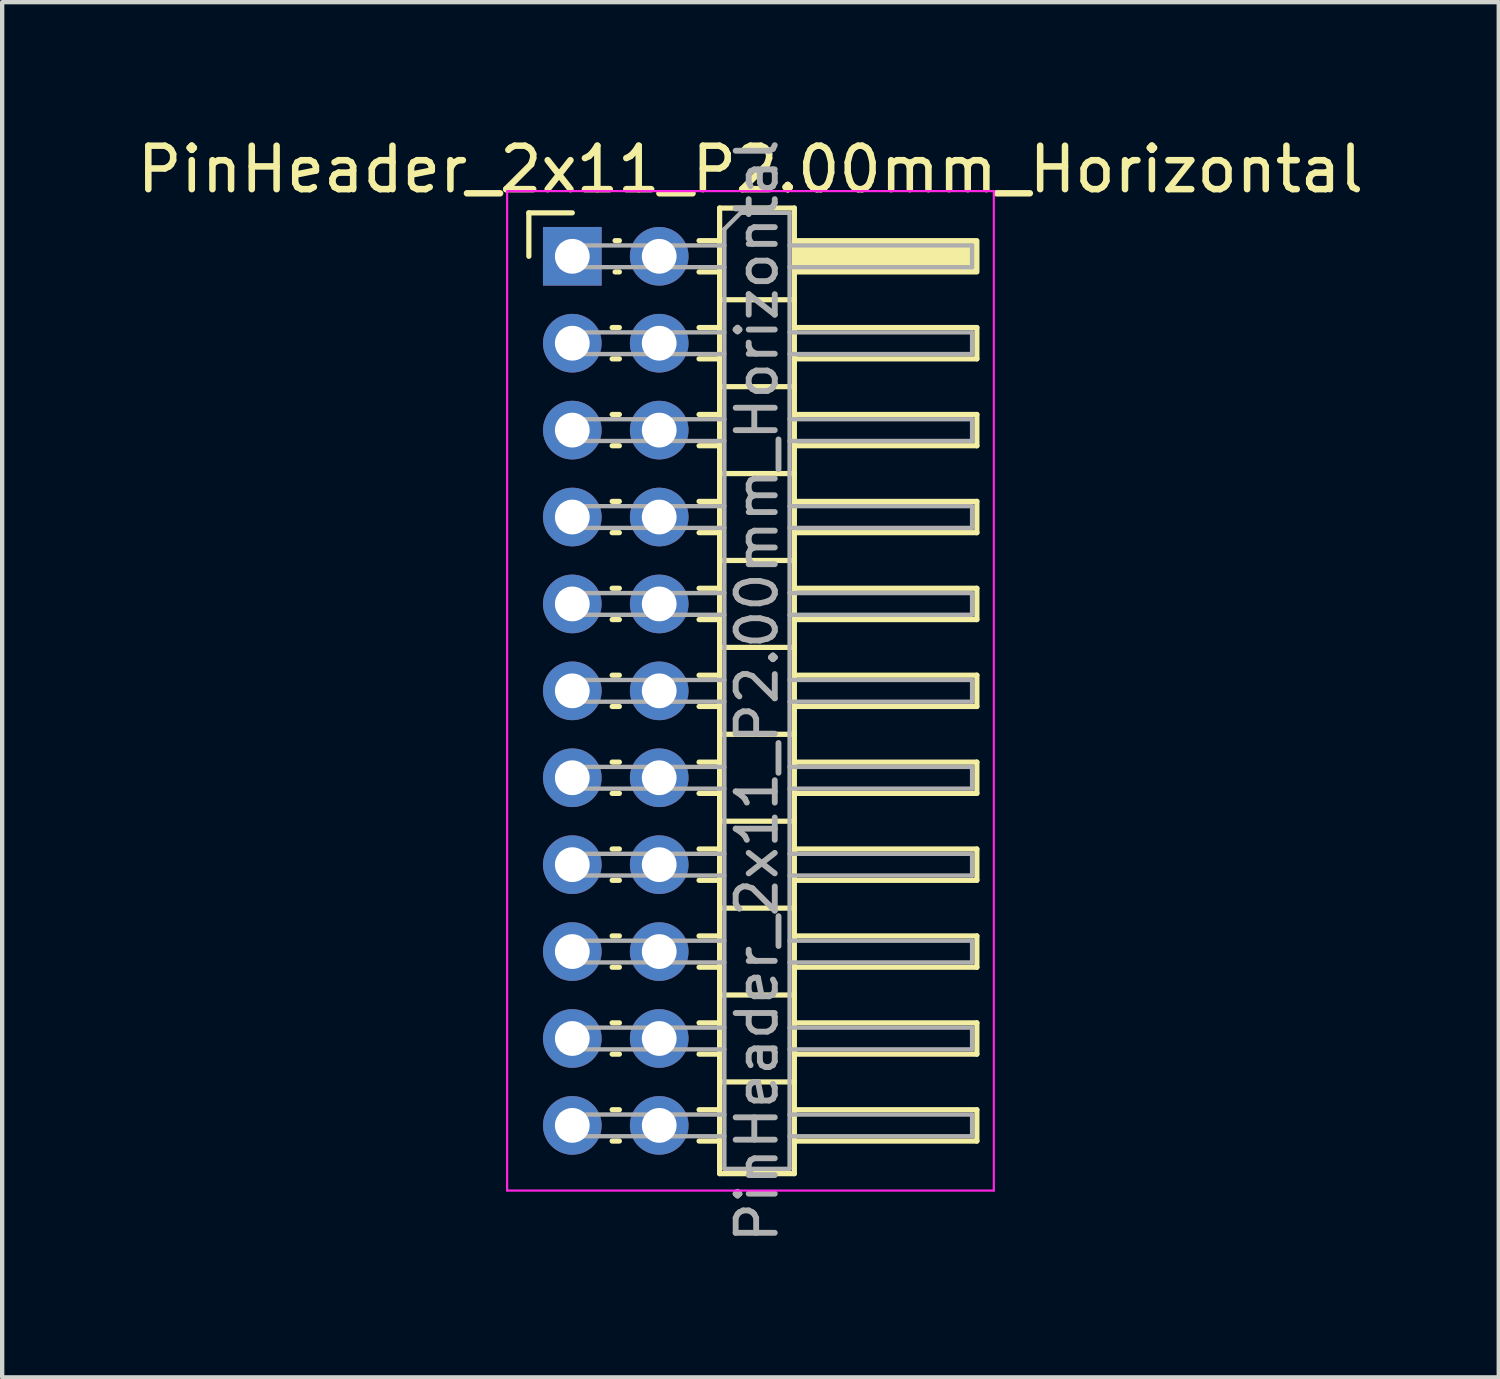
<source format=kicad_pcb>
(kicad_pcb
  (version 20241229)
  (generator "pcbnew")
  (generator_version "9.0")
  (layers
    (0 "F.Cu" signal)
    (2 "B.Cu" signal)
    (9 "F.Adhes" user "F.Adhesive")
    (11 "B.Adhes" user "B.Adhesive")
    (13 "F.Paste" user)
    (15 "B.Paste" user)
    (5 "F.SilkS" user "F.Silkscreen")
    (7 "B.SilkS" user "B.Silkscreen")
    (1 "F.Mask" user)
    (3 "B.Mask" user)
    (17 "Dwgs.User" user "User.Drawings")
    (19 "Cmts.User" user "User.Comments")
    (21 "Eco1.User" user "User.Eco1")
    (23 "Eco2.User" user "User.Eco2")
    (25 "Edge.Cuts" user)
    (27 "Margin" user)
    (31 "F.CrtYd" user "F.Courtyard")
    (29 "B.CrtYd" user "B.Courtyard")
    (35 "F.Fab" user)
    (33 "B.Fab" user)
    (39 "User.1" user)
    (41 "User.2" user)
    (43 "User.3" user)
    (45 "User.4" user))
  (footprint "PinHeader_2x11_P2.00mm_Horizontal"
    (layer "F.Cu")
    (at 10.12 2.848)
    (property "Reference" "PinHeader_2x11_P2.00mm_Horizontal" (at 4.1 -2 0) (layer "F.SilkS") (effects (font (size 1 1) (thickness 0.15))))
    (attr through_hole)
    (fp_line (start -1 -1) (end 0 -1) (stroke (width 0.12) (type solid)) (layer "F.SilkS"))
    (fp_line (start -1 0) (end -1 -1) (stroke (width 0.12) (type solid)) (layer "F.SilkS"))
    (fp_line (start 0.917 1.64) (end 1.083 1.64) (stroke (width 0.12) (type solid)) (layer "F.SilkS"))
    (fp_line (start 0.917 2.36) (end 1.083 2.36) (stroke (width 0.12) (type solid)) (layer "F.SilkS"))
    (fp_line (start 0.917 3.64) (end 1.083 3.64) (stroke (width 0.12) (type solid)) (layer "F.SilkS"))
    (fp_line (start 0.917 4.36) (end 1.083 4.36) (stroke (width 0.12) (type solid)) (layer "F.SilkS"))
    (fp_line (start 0.917 5.64) (end 1.083 5.64) (stroke (width 0.12) (type solid)) (layer "F.SilkS"))
    (fp_line (start 0.917 6.36) (end 1.083 6.36) (stroke (width 0.12) (type solid)) (layer "F.SilkS"))
    (fp_line (start 0.917 7.64) (end 1.083 7.64) (stroke (width 0.12) (type solid)) (layer "F.SilkS"))
    (fp_line (start 0.917 8.36) (end 1.083 8.36) (stroke (width 0.12) (type solid)) (layer "F.SilkS"))
    (fp_line (start 0.917 9.64) (end 1.083 9.64) (stroke (width 0.12) (type solid)) (layer "F.SilkS"))
    (fp_line (start 0.917 10.36) (end 1.083 10.36) (stroke (width 0.12) (type solid)) (layer "F.SilkS"))
    (fp_line (start 0.917 11.64) (end 1.083 11.64) (stroke (width 0.12) (type solid)) (layer "F.SilkS"))
    (fp_line (start 0.917 12.36) (end 1.083 12.36) (stroke (width 0.12) (type solid)) (layer "F.SilkS"))
    (fp_line (start 0.917 13.64) (end 1.083 13.64) (stroke (width 0.12) (type solid)) (layer "F.SilkS"))
    (fp_line (start 0.917 14.36) (end 1.083 14.36) (stroke (width 0.12) (type solid)) (layer "F.SilkS"))
    (fp_line (start 0.917 15.64) (end 1.083 15.64) (stroke (width 0.12) (type solid)) (layer "F.SilkS"))
    (fp_line (start 0.917 16.36) (end 1.083 16.36) (stroke (width 0.12) (type solid)) (layer "F.SilkS"))
    (fp_line (start 0.917 17.64) (end 1.083 17.64) (stroke (width 0.12) (type solid)) (layer "F.SilkS"))
    (fp_line (start 0.917 18.36) (end 1.083 18.36) (stroke (width 0.12) (type solid)) (layer "F.SilkS"))
    (fp_line (start 0.917 19.64) (end 1.083 19.64) (stroke (width 0.12) (type solid)) (layer "F.SilkS"))
    (fp_line (start 0.917 20.36) (end 1.083 20.36) (stroke (width 0.12) (type solid)) (layer "F.SilkS"))
    (fp_line (start 0.985 -0.36) (end 1.083 -0.36) (stroke (width 0.12) (type solid)) (layer "F.SilkS"))
    (fp_line (start 0.985 0.36) (end 1.083 0.36) (stroke (width 0.12) (type solid)) (layer "F.SilkS"))
    (fp_line (start 2.917 -0.36) (end 3.39 -0.36) (stroke (width 0.12) (type solid)) (layer "F.SilkS"))
    (fp_line (start 2.917 0.36) (end 3.39 0.36) (stroke (width 0.12) (type solid)) (layer "F.SilkS"))
    (fp_line (start 2.917 1.64) (end 3.39 1.64) (stroke (width 0.12) (type solid)) (layer "F.SilkS"))
    (fp_line (start 2.917 2.36) (end 3.39 2.36) (stroke (width 0.12) (type solid)) (layer "F.SilkS"))
    (fp_line (start 2.917 3.64) (end 3.39 3.64) (stroke (width 0.12) (type solid)) (layer "F.SilkS"))
    (fp_line (start 2.917 4.36) (end 3.39 4.36) (stroke (width 0.12) (type solid)) (layer "F.SilkS"))
    (fp_line (start 2.917 5.64) (end 3.39 5.64) (stroke (width 0.12) (type solid)) (layer "F.SilkS"))
    (fp_line (start 2.917 6.36) (end 3.39 6.36) (stroke (width 0.12) (type solid)) (layer "F.SilkS"))
    (fp_line (start 2.917 7.64) (end 3.39 7.64) (stroke (width 0.12) (type solid)) (layer "F.SilkS"))
    (fp_line (start 2.917 8.36) (end 3.39 8.36) (stroke (width 0.12) (type solid)) (layer "F.SilkS"))
    (fp_line (start 2.917 9.64) (end 3.39 9.64) (stroke (width 0.12) (type solid)) (layer "F.SilkS"))
    (fp_line (start 2.917 10.36) (end 3.39 10.36) (stroke (width 0.12) (type solid)) (layer "F.SilkS"))
    (fp_line (start 2.917 11.64) (end 3.39 11.64) (stroke (width 0.12) (type solid)) (layer "F.SilkS"))
    (fp_line (start 2.917 12.36) (end 3.39 12.36) (stroke (width 0.12) (type solid)) (layer "F.SilkS"))
    (fp_line (start 2.917 13.64) (end 3.39 13.64) (stroke (width 0.12) (type solid)) (layer "F.SilkS"))
    (fp_line (start 2.917 14.36) (end 3.39 14.36) (stroke (width 0.12) (type solid)) (layer "F.SilkS"))
    (fp_line (start 2.917 15.64) (end 3.39 15.64) (stroke (width 0.12) (type solid)) (layer "F.SilkS"))
    (fp_line (start 2.917 16.36) (end 3.39 16.36) (stroke (width 0.12) (type solid)) (layer "F.SilkS"))
    (fp_line (start 2.917 17.64) (end 3.39 17.64) (stroke (width 0.12) (type solid)) (layer "F.SilkS"))
    (fp_line (start 2.917 18.36) (end 3.39 18.36) (stroke (width 0.12) (type solid)) (layer "F.SilkS"))
    (fp_line (start 2.917 19.64) (end 3.39 19.64) (stroke (width 0.12) (type solid)) (layer "F.SilkS"))
    (fp_line (start 2.917 20.36) (end 3.39 20.36) (stroke (width 0.12) (type solid)) (layer "F.SilkS"))
    (fp_line (start 3.39 -1.11) (end 3.39 21.11) (stroke (width 0.12) (type solid)) (layer "F.SilkS"))
    (fp_line (start 3.39 1) (end 5.11 1) (stroke (width 0.12) (type solid)) (layer "F.SilkS"))
    (fp_line (start 3.39 3) (end 5.11 3) (stroke (width 0.12) (type solid)) (layer "F.SilkS"))
    (fp_line (start 3.39 5) (end 5.11 5) (stroke (width 0.12) (type solid)) (layer "F.SilkS"))
    (fp_line (start 3.39 7) (end 5.11 7) (stroke (width 0.12) (type solid)) (layer "F.SilkS"))
    (fp_line (start 3.39 9) (end 5.11 9) (stroke (width 0.12) (type solid)) (layer "F.SilkS"))
    (fp_line (start 3.39 11) (end 5.11 11) (stroke (width 0.12) (type solid)) (layer "F.SilkS"))
    (fp_line (start 3.39 13) (end 5.11 13) (stroke (width 0.12) (type solid)) (layer "F.SilkS"))
    (fp_line (start 3.39 15) (end 5.11 15) (stroke (width 0.12) (type solid)) (layer "F.SilkS"))
    (fp_line (start 3.39 17) (end 5.11 17) (stroke (width 0.12) (type solid)) (layer "F.SilkS"))
    (fp_line (start 3.39 19) (end 5.11 19) (stroke (width 0.12) (type solid)) (layer "F.SilkS"))
    (fp_line (start 3.39 21.11) (end 5.11 21.11) (stroke (width 0.12) (type solid)) (layer "F.SilkS"))
    (fp_line (start 5.11 -1.11) (end 3.39 -1.11) (stroke (width 0.12) (type solid)) (layer "F.SilkS"))
    (fp_line (start 5.11 1.64) (end 9.31 1.64) (stroke (width 0.12) (type solid)) (layer "F.SilkS"))
    (fp_line (start 5.11 3.64) (end 9.31 3.64) (stroke (width 0.12) (type solid)) (layer "F.SilkS"))
    (fp_line (start 5.11 5.64) (end 9.31 5.64) (stroke (width 0.12) (type solid)) (layer "F.SilkS"))
    (fp_line (start 5.11 7.64) (end 9.31 7.64) (stroke (width 0.12) (type solid)) (layer "F.SilkS"))
    (fp_line (start 5.11 9.64) (end 9.31 9.64) (stroke (width 0.12) (type solid)) (layer "F.SilkS"))
    (fp_line (start 5.11 11.64) (end 9.31 11.64) (stroke (width 0.12) (type solid)) (layer "F.SilkS"))
    (fp_line (start 5.11 13.64) (end 9.31 13.64) (stroke (width 0.12) (type solid)) (layer "F.SilkS"))
    (fp_line (start 5.11 15.64) (end 9.31 15.64) (stroke (width 0.12) (type solid)) (layer "F.SilkS"))
    (fp_line (start 5.11 17.64) (end 9.31 17.64) (stroke (width 0.12) (type solid)) (layer "F.SilkS"))
    (fp_line (start 5.11 19.64) (end 9.31 19.64) (stroke (width 0.12) (type solid)) (layer "F.SilkS"))
    (fp_line (start 5.11 21.11) (end 5.11 -1.11) (stroke (width 0.12) (type solid)) (layer "F.SilkS"))
    (fp_line (start 9.31 1.64) (end 9.31 2.36) (stroke (width 0.12) (type solid)) (layer "F.SilkS"))
    (fp_line (start 9.31 2.36) (end 5.11 2.36) (stroke (width 0.12) (type solid)) (layer "F.SilkS"))
    (fp_line (start 9.31 3.64) (end 9.31 4.36) (stroke (width 0.12) (type solid)) (layer "F.SilkS"))
    (fp_line (start 9.31 4.36) (end 5.11 4.36) (stroke (width 0.12) (type solid)) (layer "F.SilkS"))
    (fp_line (start 9.31 5.64) (end 9.31 6.36) (stroke (width 0.12) (type solid)) (layer "F.SilkS"))
    (fp_line (start 9.31 6.36) (end 5.11 6.36) (stroke (width 0.12) (type solid)) (layer "F.SilkS"))
    (fp_line (start 9.31 7.64) (end 9.31 8.36) (stroke (width 0.12) (type solid)) (layer "F.SilkS"))
    (fp_line (start 9.31 8.36) (end 5.11 8.36) (stroke (width 0.12) (type solid)) (layer "F.SilkS"))
    (fp_line (start 9.31 9.64) (end 9.31 10.36) (stroke (width 0.12) (type solid)) (layer "F.SilkS"))
    (fp_line (start 9.31 10.36) (end 5.11 10.36) (stroke (width 0.12) (type solid)) (layer "F.SilkS"))
    (fp_line (start 9.31 11.64) (end 9.31 12.36) (stroke (width 0.12) (type solid)) (layer "F.SilkS"))
    (fp_line (start 9.31 12.36) (end 5.11 12.36) (stroke (width 0.12) (type solid)) (layer "F.SilkS"))
    (fp_line (start 9.31 13.64) (end 9.31 14.36) (stroke (width 0.12) (type solid)) (layer "F.SilkS"))
    (fp_line (start 9.31 14.36) (end 5.11 14.36) (stroke (width 0.12) (type solid)) (layer "F.SilkS"))
    (fp_line (start 9.31 15.64) (end 9.31 16.36) (stroke (width 0.12) (type solid)) (layer "F.SilkS"))
    (fp_line (start 9.31 16.36) (end 5.11 16.36) (stroke (width 0.12) (type solid)) (layer "F.SilkS"))
    (fp_line (start 9.31 17.64) (end 9.31 18.36) (stroke (width 0.12) (type solid)) (layer "F.SilkS"))
    (fp_line (start 9.31 18.36) (end 5.11 18.36) (stroke (width 0.12) (type solid)) (layer "F.SilkS"))
    (fp_line (start 9.31 19.64) (end 9.31 20.36) (stroke (width 0.12) (type solid)) (layer "F.SilkS"))
    (fp_line (start 9.31 20.36) (end 5.11 20.36) (stroke (width 0.12) (type solid)) (layer "F.SilkS"))
    (fp_rect (start 5.11 -0.36) (end 9.31 0.36) (stroke (width 0.12) (type solid)) (fill yes) (layer "F.SilkS"))
    (fp_line (start -1.5 -1.5) (end -1.5 21.5) (stroke (width 0.05) (type solid)) (layer "F.CrtYd"))
    (fp_line (start -1.5 21.5) (end 9.7 21.5) (stroke (width 0.05) (type solid)) (layer "F.CrtYd"))
    (fp_line (start 9.7 -1.5) (end -1.5 -1.5) (stroke (width 0.05) (type solid)) (layer "F.CrtYd"))
    (fp_line (start 9.7 21.5) (end 9.7 -1.5) (stroke (width 0.05) (type solid)) (layer "F.CrtYd"))
    (fp_line (start -0.25 -0.25) (end -0.25 0.25) (stroke (width 0.1) (type solid)) (layer "F.Fab"))
    (fp_line (start -0.25 -0.25) (end 3.5 -0.25) (stroke (width 0.1) (type solid)) (layer "F.Fab"))
    (fp_line (start -0.25 0.25) (end 3.5 0.25) (stroke (width 0.1) (type solid)) (layer "F.Fab"))
    (fp_line (start -0.25 1.75) (end -0.25 2.25) (stroke (width 0.1) (type solid)) (layer "F.Fab"))
    (fp_line (start -0.25 1.75) (end 3.5 1.75) (stroke (width 0.1) (type solid)) (layer "F.Fab"))
    (fp_line (start -0.25 2.25) (end 3.5 2.25) (stroke (width 0.1) (type solid)) (layer "F.Fab"))
    (fp_line (start -0.25 3.75) (end -0.25 4.25) (stroke (width 0.1) (type solid)) (layer "F.Fab"))
    (fp_line (start -0.25 3.75) (end 3.5 3.75) (stroke (width 0.1) (type solid)) (layer "F.Fab"))
    (fp_line (start -0.25 4.25) (end 3.5 4.25) (stroke (width 0.1) (type solid)) (layer "F.Fab"))
    (fp_line (start -0.25 5.75) (end -0.25 6.25) (stroke (width 0.1) (type solid)) (layer "F.Fab"))
    (fp_line (start -0.25 5.75) (end 3.5 5.75) (stroke (width 0.1) (type solid)) (layer "F.Fab"))
    (fp_line (start -0.25 6.25) (end 3.5 6.25) (stroke (width 0.1) (type solid)) (layer "F.Fab"))
    (fp_line (start -0.25 7.75) (end -0.25 8.25) (stroke (width 0.1) (type solid)) (layer "F.Fab"))
    (fp_line (start -0.25 7.75) (end 3.5 7.75) (stroke (width 0.1) (type solid)) (layer "F.Fab"))
    (fp_line (start -0.25 8.25) (end 3.5 8.25) (stroke (width 0.1) (type solid)) (layer "F.Fab"))
    (fp_line (start -0.25 9.75) (end -0.25 10.25) (stroke (width 0.1) (type solid)) (layer "F.Fab"))
    (fp_line (start -0.25 9.75) (end 3.5 9.75) (stroke (width 0.1) (type solid)) (layer "F.Fab"))
    (fp_line (start -0.25 10.25) (end 3.5 10.25) (stroke (width 0.1) (type solid)) (layer "F.Fab"))
    (fp_line (start -0.25 11.75) (end -0.25 12.25) (stroke (width 0.1) (type solid)) (layer "F.Fab"))
    (fp_line (start -0.25 11.75) (end 3.5 11.75) (stroke (width 0.1) (type solid)) (layer "F.Fab"))
    (fp_line (start -0.25 12.25) (end 3.5 12.25) (stroke (width 0.1) (type solid)) (layer "F.Fab"))
    (fp_line (start -0.25 13.75) (end -0.25 14.25) (stroke (width 0.1) (type solid)) (layer "F.Fab"))
    (fp_line (start -0.25 13.75) (end 3.5 13.75) (stroke (width 0.1) (type solid)) (layer "F.Fab"))
    (fp_line (start -0.25 14.25) (end 3.5 14.25) (stroke (width 0.1) (type solid)) (layer "F.Fab"))
    (fp_line (start -0.25 15.75) (end -0.25 16.25) (stroke (width 0.1) (type solid)) (layer "F.Fab"))
    (fp_line (start -0.25 15.75) (end 3.5 15.75) (stroke (width 0.1) (type solid)) (layer "F.Fab"))
    (fp_line (start -0.25 16.25) (end 3.5 16.25) (stroke (width 0.1) (type solid)) (layer "F.Fab"))
    (fp_line (start -0.25 17.75) (end -0.25 18.25) (stroke (width 0.1) (type solid)) (layer "F.Fab"))
    (fp_line (start -0.25 17.75) (end 3.5 17.75) (stroke (width 0.1) (type solid)) (layer "F.Fab"))
    (fp_line (start -0.25 18.25) (end 3.5 18.25) (stroke (width 0.1) (type solid)) (layer "F.Fab"))
    (fp_line (start -0.25 19.75) (end -0.25 20.25) (stroke (width 0.1) (type solid)) (layer "F.Fab"))
    (fp_line (start -0.25 19.75) (end 3.5 19.75) (stroke (width 0.1) (type solid)) (layer "F.Fab"))
    (fp_line (start -0.25 20.25) (end 3.5 20.25) (stroke (width 0.1) (type solid)) (layer "F.Fab"))
    (fp_line (start 3.5 -0.625) (end 3.875 -1) (stroke (width 0.1) (type solid)) (layer "F.Fab"))
    (fp_line (start 3.5 21) (end 3.5 -0.625) (stroke (width 0.1) (type solid)) (layer "F.Fab"))
    (fp_line (start 3.875 -1) (end 5 -1) (stroke (width 0.1) (type solid)) (layer "F.Fab"))
    (fp_line (start 5 -1) (end 5 21) (stroke (width 0.1) (type solid)) (layer "F.Fab"))
    (fp_line (start 5 -0.25) (end 9.2 -0.25) (stroke (width 0.1) (type solid)) (layer "F.Fab"))
    (fp_line (start 5 0.25) (end 9.2 0.25) (stroke (width 0.1) (type solid)) (layer "F.Fab"))
    (fp_line (start 5 1.75) (end 9.2 1.75) (stroke (width 0.1) (type solid)) (layer "F.Fab"))
    (fp_line (start 5 2.25) (end 9.2 2.25) (stroke (width 0.1) (type solid)) (layer "F.Fab"))
    (fp_line (start 5 3.75) (end 9.2 3.75) (stroke (width 0.1) (type solid)) (layer "F.Fab"))
    (fp_line (start 5 4.25) (end 9.2 4.25) (stroke (width 0.1) (type solid)) (layer "F.Fab"))
    (fp_line (start 5 5.75) (end 9.2 5.75) (stroke (width 0.1) (type solid)) (layer "F.Fab"))
    (fp_line (start 5 6.25) (end 9.2 6.25) (stroke (width 0.1) (type solid)) (layer "F.Fab"))
    (fp_line (start 5 7.75) (end 9.2 7.75) (stroke (width 0.1) (type solid)) (layer "F.Fab"))
    (fp_line (start 5 8.25) (end 9.2 8.25) (stroke (width 0.1) (type solid)) (layer "F.Fab"))
    (fp_line (start 5 9.75) (end 9.2 9.75) (stroke (width 0.1) (type solid)) (layer "F.Fab"))
    (fp_line (start 5 10.25) (end 9.2 10.25) (stroke (width 0.1) (type solid)) (layer "F.Fab"))
    (fp_line (start 5 11.75) (end 9.2 11.75) (stroke (width 0.1) (type solid)) (layer "F.Fab"))
    (fp_line (start 5 12.25) (end 9.2 12.25) (stroke (width 0.1) (type solid)) (layer "F.Fab"))
    (fp_line (start 5 13.75) (end 9.2 13.75) (stroke (width 0.1) (type solid)) (layer "F.Fab"))
    (fp_line (start 5 14.25) (end 9.2 14.25) (stroke (width 0.1) (type solid)) (layer "F.Fab"))
    (fp_line (start 5 15.75) (end 9.2 15.75) (stroke (width 0.1) (type solid)) (layer "F.Fab"))
    (fp_line (start 5 16.25) (end 9.2 16.25) (stroke (width 0.1) (type solid)) (layer "F.Fab"))
    (fp_line (start 5 17.75) (end 9.2 17.75) (stroke (width 0.1) (type solid)) (layer "F.Fab"))
    (fp_line (start 5 18.25) (end 9.2 18.25) (stroke (width 0.1) (type solid)) (layer "F.Fab"))
    (fp_line (start 5 19.75) (end 9.2 19.75) (stroke (width 0.1) (type solid)) (layer "F.Fab"))
    (fp_line (start 5 20.25) (end 9.2 20.25) (stroke (width 0.1) (type solid)) (layer "F.Fab"))
    (fp_line (start 5 21) (end 3.5 21) (stroke (width 0.1) (type solid)) (layer "F.Fab"))
    (fp_line (start 9.2 -0.25) (end 9.2 0.25) (stroke (width 0.1) (type solid)) (layer "F.Fab"))
    (fp_line (start 9.2 1.75) (end 9.2 2.25) (stroke (width 0.1) (type solid)) (layer "F.Fab"))
    (fp_line (start 9.2 3.75) (end 9.2 4.25) (stroke (width 0.1) (type solid)) (layer "F.Fab"))
    (fp_line (start 9.2 5.75) (end 9.2 6.25) (stroke (width 0.1) (type solid)) (layer "F.Fab"))
    (fp_line (start 9.2 7.75) (end 9.2 8.25) (stroke (width 0.1) (type solid)) (layer "F.Fab"))
    (fp_line (start 9.2 9.75) (end 9.2 10.25) (stroke (width 0.1) (type solid)) (layer "F.Fab"))
    (fp_line (start 9.2 11.75) (end 9.2 12.25) (stroke (width 0.1) (type solid)) (layer "F.Fab"))
    (fp_line (start 9.2 13.75) (end 9.2 14.25) (stroke (width 0.1) (type solid)) (layer "F.Fab"))
    (fp_line (start 9.2 15.75) (end 9.2 16.25) (stroke (width 0.1) (type solid)) (layer "F.Fab"))
    (fp_line (start 9.2 17.75) (end 9.2 18.25) (stroke (width 0.1) (type solid)) (layer "F.Fab"))
    (fp_line (start 9.2 19.75) (end 9.2 20.25) (stroke (width 0.1) (type solid)) (layer "F.Fab"))
    (fp_text user "${REFERENCE}" (at 4.25 10 90) (layer "F.Fab") (effects (font (size 0.9 0.9) (thickness 0.135))))
    (pad "1" thru_hole rect (at 0 0) (size 1.35 1.35) (drill 0.8) (layers "*.Cu" "*.Mask"))
    (pad "2" thru_hole circle (at 2 0) (size 1.35 1.35) (drill 0.8) (layers "*.Cu" "*.Mask"))
    (pad "3" thru_hole circle (at 0 2) (size 1.35 1.35) (drill 0.8) (layers "*.Cu" "*.Mask"))
    (pad "4" thru_hole circle (at 2 2) (size 1.35 1.35) (drill 0.8) (layers "*.Cu" "*.Mask"))
    (pad "5" thru_hole circle (at 0 4) (size 1.35 1.35) (drill 0.8) (layers "*.Cu" "*.Mask"))
    (pad "6" thru_hole circle (at 2 4) (size 1.35 1.35) (drill 0.8) (layers "*.Cu" "*.Mask"))
    (pad "7" thru_hole circle (at 0 6) (size 1.35 1.35) (drill 0.8) (layers "*.Cu" "*.Mask"))
    (pad "8" thru_hole circle (at 2 6) (size 1.35 1.35) (drill 0.8) (layers "*.Cu" "*.Mask"))
    (pad "9" thru_hole circle (at 0 8) (size 1.35 1.35) (drill 0.8) (layers "*.Cu" "*.Mask"))
    (pad "10" thru_hole circle (at 2 8) (size 1.35 1.35) (drill 0.8) (layers "*.Cu" "*.Mask"))
    (pad "11" thru_hole circle (at 0 10) (size 1.35 1.35) (drill 0.8) (layers "*.Cu" "*.Mask"))
    (pad "12" thru_hole circle (at 2 10) (size 1.35 1.35) (drill 0.8) (layers "*.Cu" "*.Mask"))
    (pad "13" thru_hole circle (at 0 12) (size 1.35 1.35) (drill 0.8) (layers "*.Cu" "*.Mask"))
    (pad "14" thru_hole circle (at 2 12) (size 1.35 1.35) (drill 0.8) (layers "*.Cu" "*.Mask"))
    (pad "15" thru_hole circle (at 0 14) (size 1.35 1.35) (drill 0.8) (layers "*.Cu" "*.Mask"))
    (pad "16" thru_hole circle (at 2 14) (size 1.35 1.35) (drill 0.8) (layers "*.Cu" "*.Mask"))
    (pad "17" thru_hole circle (at 0 16) (size 1.35 1.35) (drill 0.8) (layers "*.Cu" "*.Mask"))
    (pad "18" thru_hole circle (at 2 16) (size 1.35 1.35) (drill 0.8) (layers "*.Cu" "*.Mask"))
    (pad "19" thru_hole circle (at 0 18) (size 1.35 1.35) (drill 0.8) (layers "*.Cu" "*.Mask"))
    (pad "20" thru_hole circle (at 2 18) (size 1.35 1.35) (drill 0.8) (layers "*.Cu" "*.Mask"))
    (pad "21" thru_hole circle (at 0 20) (size 1.35 1.35) (drill 0.8) (layers "*.Cu" "*.Mask"))
    (pad "22" thru_hole circle (at 2 20) (size 1.35 1.35) (drill 0.8) (layers "*.Cu" "*.Mask")))
  (gr_rect
    (start -3 -3)
    (end 31.44 28.646)
    (stroke (width 0.1) (type default))
    (fill no)
    (layer "Edge.Cuts")))
</source>
